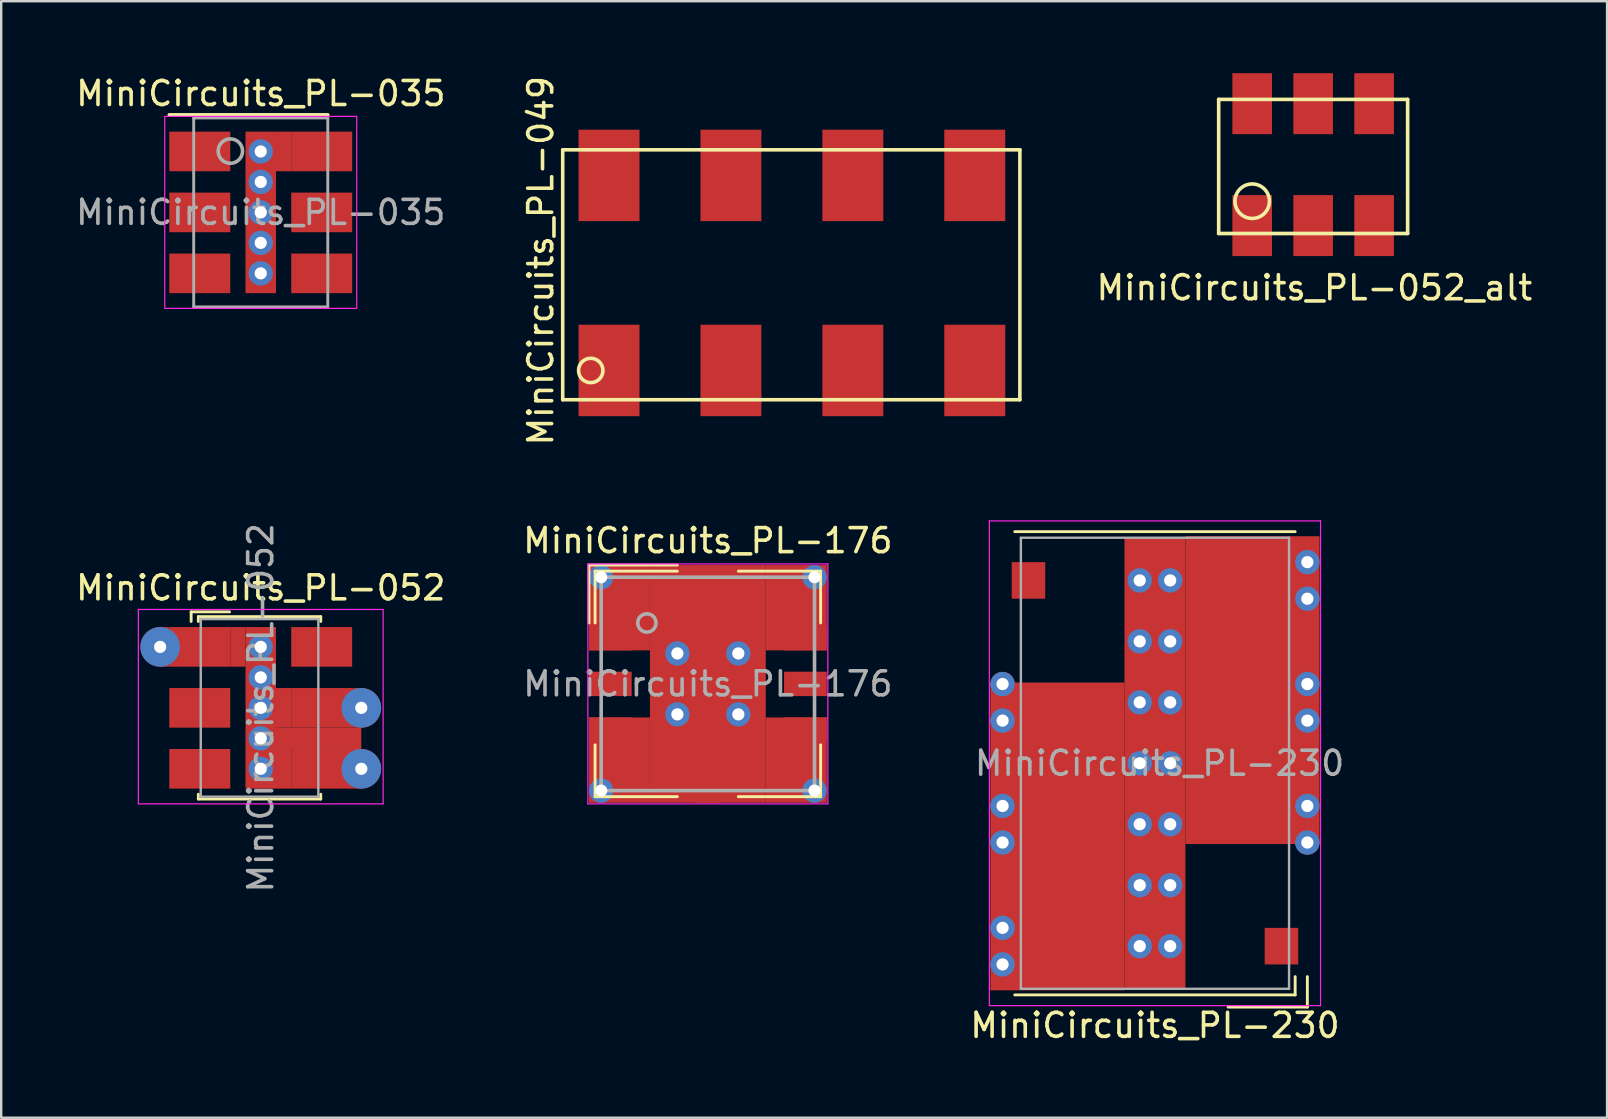
<source format=kicad_pcb>
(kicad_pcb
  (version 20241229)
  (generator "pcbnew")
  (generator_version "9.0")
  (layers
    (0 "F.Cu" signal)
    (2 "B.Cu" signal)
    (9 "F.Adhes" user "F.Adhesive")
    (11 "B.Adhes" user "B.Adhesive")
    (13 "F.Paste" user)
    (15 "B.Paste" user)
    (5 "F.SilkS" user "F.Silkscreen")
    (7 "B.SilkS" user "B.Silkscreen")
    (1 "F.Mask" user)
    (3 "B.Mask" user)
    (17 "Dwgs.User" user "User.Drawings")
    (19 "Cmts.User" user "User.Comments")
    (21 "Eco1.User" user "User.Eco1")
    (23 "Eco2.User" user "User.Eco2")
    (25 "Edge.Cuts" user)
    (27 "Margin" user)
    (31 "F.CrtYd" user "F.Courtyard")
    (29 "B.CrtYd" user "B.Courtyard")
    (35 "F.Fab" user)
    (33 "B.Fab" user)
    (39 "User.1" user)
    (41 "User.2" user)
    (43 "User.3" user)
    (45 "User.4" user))
  (footprint "MiniCircuits_PL-052_alt"
    (layer "F.Cu")
    (at 49.129 6.35)
    (property "Reference" "MiniCircuits_PL-052_alt" (at 2.591 2.591 0) (layer "F.SilkS") (effects (font (size 1 1) (thickness 0.15))))
    (attr through_hole)
    (fp_line (start -1.397 -5.258) (end -1.397 0.33) (stroke (width 0.15) (type solid)) (layer "F.SilkS"))
    (fp_line (start -1.397 -5.258) (end 6.477 -5.258) (stroke (width 0.15) (type solid)) (layer "F.SilkS"))
    (fp_line (start -1.397 0.33) (end 6.477 0.33) (stroke (width 0.15) (type solid)) (layer "F.SilkS"))
    (fp_line (start 6.477 -5.258) (end 6.477 0.33) (stroke (width 0.15) (type solid)) (layer "F.SilkS"))
    (fp_circle (center 0 -1.016) (end 0.508 -0.508) (stroke (width 0.15) (type solid)) (fill no) (layer "F.SilkS"))
    (pad "1" smd rect (at 0 0) (size 1.651 2.54) (layers "F.Cu" "F.Mask" "F.Paste"))
    (pad "2" smd rect (at 2.54 0) (size 1.651 2.54) (layers "F.Cu" "F.Mask" "F.Paste"))
    (pad "3" smd rect (at 5.08 0) (size 1.651 2.54) (layers "F.Cu" "F.Mask" "F.Paste"))
    (pad "4" smd rect (at 5.08 -5.08) (size 1.651 2.54) (layers "F.Cu" "F.Mask" "F.Paste"))
    (pad "5" smd rect (at 2.54 -5.08) (size 1.651 2.54) (layers "F.Cu" "F.Mask" "F.Paste"))
    (pad "6" smd rect (at 0 -5.08) (size 1.651 2.54) (layers "F.Cu" "F.Mask" "F.Paste")))
  (footprint "MiniCircuits_PL-035"
    (layer "F.Cu")
    (at 7.815 5.801)
    (property "Reference" "MiniCircuits_PL-035" (at 0.004 -4.953 0) (layer "F.SilkS") (effects (font (size 1 1) (thickness 0.15))))
    (attr smd)
    (fp_line (start 2.794 -4.064) (end -3.81 -4.064) (stroke (width 0.15) (type solid)) (layer "F.SilkS"))
    (fp_line (start -4 -4) (end -4 4) (stroke (width 0.05) (type solid)) (layer "F.CrtYd"))
    (fp_line (start -4 4) (end 4 4) (stroke (width 0.05) (type solid)) (layer "F.CrtYd"))
    (fp_line (start 4 -4) (end -4 -4) (stroke (width 0.05) (type solid)) (layer "F.CrtYd"))
    (fp_line (start 4 4) (end 4 -4) (stroke (width 0.05) (type solid)) (layer "F.CrtYd"))
    (fp_line (start -2.794 -3.937) (end -2.794 3.937) (stroke (width 0.12) (type solid)) (layer "F.Fab"))
    (fp_line (start -2.794 3.937) (end 2.794 3.937) (stroke (width 0.12) (type solid)) (layer "F.Fab"))
    (fp_line (start 2.794 -3.937) (end -2.794 -3.937) (stroke (width 0.12) (type solid)) (layer "F.Fab"))
    (fp_line (start 2.794 -3.937) (end 2.794 3.937) (stroke (width 0.12) (type solid)) (layer "F.Fab"))
    (fp_circle (center -1.266 -2.555) (end -0.758 -2.555) (stroke (width 0.15) (type solid)) (fill no) (layer "F.Fab"))
    (fp_text user "${REFERENCE}" (at 0 0 0) (layer "F.Fab") (effects (font (size 1 1) (thickness 0.15))))
    (pad "1" smd rect (at -2.54 -2.54 270) (size 1.651 2.54) (layers "F.Cu" "F.Mask" "F.Paste"))
    (pad "2" smd rect (at -2.54 0 270) (size 1.651 2.54) (layers "F.Cu" "F.Mask" "F.Paste"))
    (pad "3" smd rect (at -2.54 2.54 270) (size 1.651 2.54) (layers "F.Cu" "F.Mask" "F.Paste"))
    (pad "4" smd rect (at 2.54 2.54 270) (size 1.651 2.54) (layers "F.Cu" "F.Mask" "F.Paste"))
    (pad "5" smd rect (at 2.54 0 270) (size 1.651 2.54) (layers "F.Cu" "F.Mask" "F.Paste"))
    (pad "6" thru_hole circle (at 0 -2.54 270) (size 1.016 1.016) (drill 0.508) (layers "*.Cu"))
    (pad "6" thru_hole circle (at 0 -1.27 270) (size 1.016 1.016) (drill 0.508) (layers "*.Cu"))
    (pad "6" thru_hole circle (at 0 0 270) (size 1.016 1.016) (drill 0.508) (layers "*.Cu"))
    (pad "6" smd rect (at 0 0 270) (size 6.731 1.27) (layers "F.Cu"))
    (pad "6" thru_hole circle (at 0 1.27 270) (size 1.016 1.016) (drill 0.508) (layers "*.Cu"))
    (pad "6" thru_hole circle (at 0 2.54 270) (size 1.016 1.016) (drill 0.508) (layers "*.Cu"))
    (pad "6" smd rect (at 0.953 -2.54 270) (size 1.651 0.635) (layers "F.Cu"))
    (pad "6" smd rect (at 2.54 -2.54 270) (size 1.651 2.54) (layers "F.Cu" "F.Mask" "F.Paste")))
  (footprint "MiniCircuits_PL-176"
    (layer "F.Cu")
    (at 26.446 25.448)
    (property "Reference" "MiniCircuits_PL-176" (at 0 -5.969 0) (layer "F.SilkS") (effects (font (size 1 1) (thickness 0.15))))
    (attr through_hole)
    (fp_line (start -4.953 -4.953) (end -4.953 -2.54) (stroke (width 0.12) (type solid)) (layer "F.SilkS"))
    (fp_line (start -4.699 -4.699) (end -1.27 -4.699) (stroke (width 0.12) (type solid)) (layer "F.SilkS"))
    (fp_line (start -4.699 -2.54) (end -4.699 -4.699) (stroke (width 0.12) (type solid)) (layer "F.SilkS"))
    (fp_line (start -4.699 2.54) (end -4.699 4.699) (stroke (width 0.12) (type solid)) (layer "F.SilkS"))
    (fp_line (start -1.27 -4.953) (end -4.953 -4.953) (stroke (width 0.12) (type solid)) (layer "F.SilkS"))
    (fp_line (start -1.27 4.699) (end -4.699 4.699) (stroke (width 0.12) (type solid)) (layer "F.SilkS"))
    (fp_line (start 1.27 -4.699) (end 4.699 -4.699) (stroke (width 0.12) (type solid)) (layer "F.SilkS"))
    (fp_line (start 4.699 -2.54) (end 4.699 -4.699) (stroke (width 0.12) (type solid)) (layer "F.SilkS"))
    (fp_line (start 4.699 4.699) (end 1.27 4.699) (stroke (width 0.12) (type solid)) (layer "F.SilkS"))
    (fp_line (start 4.699 4.699) (end 4.699 2.54) (stroke (width 0.12) (type solid)) (layer "F.SilkS"))
    (fp_line (start -5 -5) (end 5 -5) (stroke (width 0.05) (type solid)) (layer "F.CrtYd"))
    (fp_line (start -5 5) (end -5 -5) (stroke (width 0.05) (type solid)) (layer "F.CrtYd"))
    (fp_line (start 5 -5) (end 5 5) (stroke (width 0.05) (type solid)) (layer "F.CrtYd"))
    (fp_line (start 5 5) (end -5 5) (stroke (width 0.05) (type solid)) (layer "F.CrtYd"))
    (fp_line (start -4.445 -4.445) (end 4.445 -4.445) (stroke (width 0.15) (type solid)) (layer "F.Fab"))
    (fp_line (start -4.445 4.445) (end -4.445 -4.445) (stroke (width 0.15) (type solid)) (layer "F.Fab"))
    (fp_line (start 4.445 -4.445) (end 4.445 4.445) (stroke (width 0.15) (type solid)) (layer "F.Fab"))
    (fp_line (start 4.445 4.445) (end -4.445 4.445) (stroke (width 0.15) (type solid)) (layer "F.Fab"))
    (fp_circle (center -2.54 -2.54) (end -2.159 -2.54) (stroke (width 0.15) (type solid)) (fill no) (layer "F.Fab"))
    (fp_text user "${REFERENCE}" (at 0 0 0) (layer "F.Fab") (effects (font (size 1 1) (thickness 0.15))))
    (pad "1" smd rect (at -4.953 -1.905 180) (size 1.778 1.016) (drill (offset -0.889 0)) (layers "F.Cu" "F.Mask" "F.Paste"))
    (pad "1" thru_hole circle (at -4.445 -4.445) (size 1.016 1.016) (drill 0.508) (layers "*.Cu"))
    (pad "1" thru_hole circle (at -4.445 4.445) (size 1.016 1.016) (drill 0.508) (layers "*.Cu"))
    (pad "1" smd rect (at -3.683 -3.175) (size 2.54 3.556) (layers "F.Cu"))
    (pad "1" smd rect (at -3.683 3.175) (size 2.54 3.556) (layers "F.Cu"))
    (pad "1" thru_hole circle (at -1.27 -1.27) (size 1.016 1.016) (drill 0.508) (layers "*.Cu"))
    (pad "1" thru_hole circle (at -1.27 1.27) (size 1.016 1.016) (drill 0.508) (layers "*.Cu"))
    (pad "1" smd rect (at 0 0) (size 4.826 9.906) (layers "F.Cu"))
    (pad "1" thru_hole circle (at 1.27 -1.27) (size 1.016 1.016) (drill 0.508) (layers "*.Cu"))
    (pad "1" thru_hole circle (at 1.27 1.27) (size 1.016 1.016) (drill 0.508) (layers "*.Cu"))
    (pad "1" smd rect (at 3.683 -3.175) (size 2.54 3.556) (layers "F.Cu"))
    (pad "1" smd rect (at 3.683 3.175) (size 2.54 3.556) (layers "F.Cu"))
    (pad "1" thru_hole circle (at 4.445 -4.445) (size 1.016 1.016) (drill 0.508) (layers "*.Cu"))
    (pad "1" thru_hole circle (at 4.445 4.445) (size 1.016 1.016) (drill 0.508) (layers "*.Cu"))
    (pad "2" smd rect (at -4.953 0 180) (size 1.778 1.016) (drill (offset -0.889 0)) (layers "F.Cu" "F.Mask" "F.Paste"))
    (pad "3" smd rect (at -4.953 1.905 180) (size 1.778 1.016) (drill (offset -0.889 0)) (layers "F.Cu" "F.Mask" "F.Paste"))
    (pad "4" smd rect (at 0 4.953 270) (size 1.778 1.016) (drill (offset -0.889 0)) (layers "F.Cu" "F.Mask" "F.Paste"))
    (pad "5" smd rect (at 4.953 1.905) (size 1.778 1.016) (drill (offset -0.889 0)) (layers "F.Cu" "F.Mask" "F.Paste"))
    (pad "6" smd rect (at 4.953 0) (size 1.778 1.016) (drill (offset -0.889 0)) (layers "F.Cu" "F.Mask" "F.Paste"))
    (pad "7" smd rect (at 4.953 -1.905) (size 1.778 1.016) (drill (offset -0.889 0)) (layers "F.Cu" "F.Mask" "F.Paste"))
    (pad "8" smd rect (at 0 -4.953 270) (size 1.778 1.016) (drill (offset 0.889 0)) (layers "F.Cu" "F.Mask" "F.Paste")))
  (footprint "MiniCircuits_PL-049"
    (layer "F.Cu")
    (at 22.328 12.387)
    (property "Reference" "MiniCircuits_PL-049" (at -2.845 -4.572 90) (layer "F.SilkS") (effects (font (size 1 1) (thickness 0.15))))
    (attr through_hole)
    (fp_line (start -1.93 -9.195) (end -1.93 1.219) (stroke (width 0.15) (type solid)) (layer "F.SilkS"))
    (fp_line (start -1.93 -9.195) (end 17.12 -9.195) (stroke (width 0.15) (type solid)) (layer "F.SilkS"))
    (fp_line (start -1.93 1.219) (end 17.12 1.219) (stroke (width 0.15) (type solid)) (layer "F.SilkS"))
    (fp_line (start 17.12 -9.195) (end 17.12 1.219) (stroke (width 0.15) (type solid)) (layer "F.SilkS"))
    (fp_circle (center -0.762 0) (end -0.762 0.508) (stroke (width 0.15) (type solid)) (fill no) (layer "F.SilkS"))
    (pad "1" smd rect (at 0 0) (size 2.54 3.81) (layers "F.Cu" "F.Mask" "F.Paste"))
    (pad "2" smd rect (at 0 -8.128) (size 2.54 3.81) (layers "F.Cu" "F.Mask" "F.Paste"))
    (pad "3" smd rect (at 5.08 0) (size 2.54 3.81) (layers "F.Cu" "F.Mask" "F.Paste"))
    (pad "4" smd rect (at 5.08 -8.128) (size 2.54 3.81) (layers "F.Cu" "F.Mask" "F.Paste"))
    (pad "5" smd rect (at 10.16 0) (size 2.54 3.81) (layers "F.Cu" "F.Mask" "F.Paste"))
    (pad "6" smd rect (at 10.16 -8.128) (size 2.54 3.81) (layers "F.Cu" "F.Mask" "F.Paste"))
    (pad "7" smd rect (at 15.24 0) (size 2.54 3.81) (layers "F.Cu" "F.Mask" "F.Paste"))
    (pad "8" smd rect (at 15.24 -8.128) (size 2.54 3.81) (layers "F.Cu" "F.Mask" "F.Paste")))
  (footprint "MiniCircuits_PL-230"
    (layer "F.Cu")
    (at 45.077 28.756)
    (property "Reference" "MiniCircuits_PL-230" (at 0 10.922 180) (layer "F.SilkS") (effects (font (size 1 1) (thickness 0.15))))
    (attr smd)
    (fp_line (start -5.842 -9.652) (end 5.842 -9.652) (stroke (width 0.12) (type solid)) (layer "F.SilkS"))
    (fp_line (start -5.842 9.652) (end 5.842 9.652) (stroke (width 0.12) (type solid)) (layer "F.SilkS"))
    (fp_line (start 5.842 9.652) (end 5.842 8.89) (stroke (width 0.12) (type solid)) (layer "F.SilkS"))
    (fp_line (start 6.35 8.89) (end 6.35 10.16) (stroke (width 0.12) (type solid)) (layer "F.SilkS"))
    (fp_line (start 6.35 10.16) (end 3.048 10.16) (stroke (width 0.12) (type solid)) (layer "F.SilkS"))
    (fp_line (start -6.9 -10.1) (end 6.9 -10.1) (stroke (width 0.05) (type solid)) (layer "F.CrtYd"))
    (fp_line (start -6.9 10.1) (end -6.9 -10.1) (stroke (width 0.05) (type solid)) (layer "F.CrtYd"))
    (fp_line (start 6.9 -10.1) (end 6.9 10.1) (stroke (width 0.05) (type solid)) (layer "F.CrtYd"))
    (fp_line (start 6.9 10.1) (end -6.9 10.1) (stroke (width 0.05) (type solid)) (layer "F.CrtYd"))
    (fp_line (start -5.588 -9.398) (end -5.588 9.398) (stroke (width 0.1) (type solid)) (layer "F.Fab"))
    (fp_line (start -5.588 -9.398) (end 5.588 -9.398) (stroke (width 0.1) (type solid)) (layer "F.Fab"))
    (fp_line (start -5.588 9.398) (end 5.588 9.398) (stroke (width 0.1) (type solid)) (layer "F.Fab"))
    (fp_line (start 5.588 9.398) (end 5.588 -9.398) (stroke (width 0.1) (type solid)) (layer "F.Fab"))
    (fp_text user "${REFERENCE}" (at 0.191 0 0) (layer "F.Fab") (effects (font (size 1 1) (thickness 0.15))))
    (pad "1" smd rect (at 5.271 7.62 90) (size 1.524 1.397) (layers "F.Cu" "F.Mask" "F.Paste"))
    (pad "2" thru_hole circle (at -6.35 6.858 90) (size 1.016 1.016) (drill 0.508) (layers "*.Cu"))
    (pad "2" thru_hole circle (at -6.35 8.382 90) (size 1.016 1.016) (drill 0.508) (layers "*.Cu"))
    (pad "2" smd rect (at -5.271 7.62 90) (size 1.524 1.397) (layers "F.Cu" "F.Mask" "F.Paste"))
    (pad "3" smd rect (at 5.271 2.54 90) (size 1.524 1.397) (layers "F.Cu" "F.Mask" "F.Paste"))
    (pad "3" thru_hole circle (at 6.35 1.778 90) (size 1.016 1.016) (drill 0.508) (layers "*.Cu"))
    (pad "3" thru_hole circle (at 6.35 3.302 90) (size 1.016 1.016) (drill 0.508) (layers "*.Cu"))
    (pad "4" thru_hole circle (at -6.35 1.778 90) (size 1.016 1.016) (drill 0.508) (layers "*.Cu"))
    (pad "4" thru_hole circle (at -6.35 3.302 90) (size 1.016 1.016) (drill 0.508) (layers "*.Cu"))
    (pad "4" smd rect (at -5.271 2.54 90) (size 1.524 1.397) (layers "F.Cu" "F.Mask" "F.Paste"))
    (pad "5" smd rect (at 5.271 -2.54 90) (size 1.524 1.397) (layers "F.Cu" "F.Mask" "F.Paste"))
    (pad "5" thru_hole circle (at 6.35 -3.302 90) (size 1.016 1.016) (drill 0.508) (layers "*.Cu"))
    (pad "5" thru_hole circle (at 6.35 -1.778 90) (size 1.016 1.016) (drill 0.508) (layers "*.Cu"))
    (pad "6" thru_hole circle (at -6.35 -3.302 90) (size 1.016 1.016) (drill 0.508) (layers "*.Cu"))
    (pad "6" thru_hole circle (at -6.35 -1.778 90) (size 1.016 1.016) (drill 0.508) (layers "*.Cu"))
    (pad "6" smd rect (at -5.271 -2.54 90) (size 1.524 1.397) (layers "F.Cu" "F.Mask" "F.Paste"))
    (pad "7" smd rect (at -4.064 3.048 90) (size 12.827 5.588) (layers "F.Cu"))
    (pad "7" thru_hole circle (at -0.635 -7.62 90) (size 1.016 1.016) (drill 0.508) (layers "*.Cu"))
    (pad "7" thru_hole circle (at -0.635 -5.08 90) (size 1.016 1.016) (drill 0.508) (layers "*.Cu"))
    (pad "7" thru_hole circle (at -0.635 -2.54 90) (size 1.016 1.016) (drill 0.508) (layers "*.Cu"))
    (pad "7" thru_hole circle (at -0.635 0 90) (size 1.016 1.016) (drill 0.508) (layers "*.Cu"))
    (pad "7" thru_hole circle (at -0.635 2.54 90) (size 1.016 1.016) (drill 0.508) (layers "*.Cu"))
    (pad "7" thru_hole circle (at -0.635 5.08 90) (size 1.016 1.016) (drill 0.508) (layers "*.Cu"))
    (pad "7" thru_hole circle (at -0.635 7.62 90) (size 1.016 1.016) (drill 0.508) (layers "*.Cu"))
    (pad "7" smd rect (at 0 0 90) (size 18.796 2.54) (layers "F.Cu"))
    (pad "7" thru_hole circle (at 0.635 -7.62 90) (size 1.016 1.016) (drill 0.508) (layers "*.Cu"))
    (pad "7" thru_hole circle (at 0.635 -5.08 90) (size 1.016 1.016) (drill 0.508) (layers "*.Cu"))
    (pad "7" thru_hole circle (at 0.635 -2.54 90) (size 1.016 1.016) (drill 0.508) (layers "*.Cu"))
    (pad "7" thru_hole circle (at 0.635 0 90) (size 1.016 1.016) (drill 0.508) (layers "*.Cu"))
    (pad "7" thru_hole circle (at 0.635 2.54 90) (size 1.016 1.016) (drill 0.508) (layers "*.Cu"))
    (pad "7" thru_hole circle (at 0.635 5.08 90) (size 1.016 1.016) (drill 0.508) (layers "*.Cu"))
    (pad "7" thru_hole circle (at 0.635 7.62 90) (size 1.016 1.016) (drill 0.508) (layers "*.Cu"))
    (pad "7" smd rect (at 4.064 -3.048 90) (size 12.827 5.588) (layers "F.Cu"))
    (pad "7" smd rect (at 5.271 -7.62 90) (size 1.524 1.397) (layers "F.Cu" "F.Mask" "F.Paste"))
    (pad "7" thru_hole circle (at 6.35 -8.382 90) (size 1.016 1.016) (drill 0.508) (layers "*.Cu"))
    (pad "7" thru_hole circle (at 6.35 -6.858 90) (size 1.016 1.016) (drill 0.508) (layers "*.Cu"))
    (pad "8" smd rect (at -5.271 -7.62 90) (size 1.524 1.397) (layers "F.Cu" "F.Mask" "F.Paste")))
  (footprint "MiniCircuits_PL-052"
    (layer "F.Cu")
    (at 7.815 26.446)
    (property "Reference" "MiniCircuits_PL-052" (at 0 -5 0) (layer "F.SilkS") (effects (font (size 1 1) (thickness 0.15))))
    (attr smd)
    (fp_line (start -2.9 -4) (end -1.3 -4) (stroke (width 0.12) (type solid)) (layer "F.SilkS"))
    (fp_line (start -2.9 -3.6) (end -2.9 -4) (stroke (width 0.12) (type solid)) (layer "F.SilkS"))
    (fp_line (start -2.6 -3.8) (end -2.6 -3.6) (stroke (width 0.12) (type solid)) (layer "F.SilkS"))
    (fp_line (start -2.6 -3.8) (end 2.5 -3.8) (stroke (width 0.12) (type solid)) (layer "F.SilkS"))
    (fp_line (start -2.6 3.8) (end -2.6 3.6) (stroke (width 0.12) (type solid)) (layer "F.SilkS"))
    (fp_line (start 2.5 -3.8) (end 2.5 -3.6) (stroke (width 0.12) (type solid)) (layer "F.SilkS"))
    (fp_line (start 2.5 3.8) (end -2.6 3.8) (stroke (width 0.12) (type solid)) (layer "F.SilkS"))
    (fp_line (start 2.5 3.8) (end 2.5 3.6) (stroke (width 0.12) (type solid)) (layer "F.SilkS"))
    (fp_line (start -5.1 -4.1) (end 5.1 -4.1) (stroke (width 0.05) (type solid)) (layer "F.CrtYd"))
    (fp_line (start -5.1 4) (end -5.1 -4.1) (stroke (width 0.05) (type solid)) (layer "F.CrtYd"))
    (fp_line (start 5.1 -4.1) (end 5.1 4) (stroke (width 0.05) (type solid)) (layer "F.CrtYd"))
    (fp_line (start 5.1 4) (end -5.1 4) (stroke (width 0.05) (type solid)) (layer "F.CrtYd"))
    (fp_line (start -2.5 -3.7) (end -2.5 3.7) (stroke (width 0.1) (type solid)) (layer "F.Fab"))
    (fp_line (start -2.5 3.7) (end 2.4 3.7) (stroke (width 0.1) (type solid)) (layer "F.Fab"))
    (fp_line (start 2.4 -3.7) (end -2.5 -3.7) (stroke (width 0.1) (type solid)) (layer "F.Fab"))
    (fp_line (start 2.4 3.7) (end 2.4 -3.7) (stroke (width 0.1) (type solid)) (layer "F.Fab"))
    (fp_text user "${REFERENCE}" (at 0 0 90) (layer "F.Fab") (effects (font (size 1 1) (thickness 0.15))))
    (pad "1" smd rect (at -4.191 -2.54) (size 0.381 1.651) (drill (offset 0.191 0)) (layers "F.Cu"))
    (pad "1" thru_hole circle (at -4.191 -2.54) (size 1.651 1.651) (drill 0.508) (layers "*.Cu"))
    (pad "1" smd rect (at -2.54 -2.54) (size 2.54 1.651) (layers "F.Cu" "F.Mask" "F.Paste"))
    (pad "1" smd rect (at -0.953 -2.54) (size 0.635 1.651) (layers "F.Cu"))
    (pad "1" thru_hole circle (at 0 -2.54) (size 1.016 1.016) (drill 0.508) (layers "*.Cu"))
    (pad "1" thru_hole circle (at 0 -1.27) (size 1.016 1.016) (drill 0.508) (layers "*.Cu"))
    (pad "1" thru_hole circle (at 0 0) (size 1.016 1.016) (drill 0.508) (layers "*.Cu"))
    (pad "1" smd rect (at 0 0) (size 1.27 6.731) (layers "F.Cu"))
    (pad "1" thru_hole circle (at 0 1.27) (size 1.016 1.016) (drill 0.508) (layers "*.Cu"))
    (pad "1" thru_hole circle (at 0 2.54) (size 1.016 1.016) (drill 0.508) (layers "*.Cu"))
    (pad "1" smd rect (at 2.413 1.27) (size 3.556 0.889) (layers "F.Cu"))
    (pad "2" smd rect (at -2.54 0) (size 2.54 1.651) (layers "F.Cu" "F.Mask" "F.Paste"))
    (pad "3" smd rect (at -2.54 2.54) (size 2.54 1.651) (layers "F.Cu" "F.Mask" "F.Paste"))
    (pad "4" smd rect (at 0.953 2.54) (size 0.635 1.651) (layers "F.Cu"))
    (pad "4" smd rect (at 2.54 2.54) (size 2.54 1.651) (layers "F.Cu" "F.Mask" "F.Paste"))
    (pad "4" smd rect (at 3.81 2.54) (size 0.381 1.651) (drill (offset 0.191 0)) (layers "F.Cu"))
    (pad "4" thru_hole circle (at 4.191 2.54) (size 1.651 1.651) (drill 0.508) (layers "*.Cu"))
    (pad "5" smd rect (at 0.953 0) (size 0.635 1.651) (layers "F.Cu"))
    (pad "5" smd rect (at 2.54 0) (size 2.54 1.651) (layers "F.Cu" "F.Mask" "F.Paste"))
    (pad "5" smd rect (at 3.81 0) (size 0.381 1.651) (drill (offset 0.191 0)) (layers "F.Cu"))
    (pad "5" thru_hole circle (at 4.191 0) (size 1.651 1.651) (drill 0.508) (layers "*.Cu"))
    (pad "6" smd rect (at 2.54 -2.54) (size 2.54 1.651) (layers "F.Cu" "F.Mask" "F.Paste")))
  (gr_rect
    (start -3 -3)
    (end 63.916 43.526)
    (stroke (width 0.1) (type default))
    (fill no)
    (layer "Edge.Cuts")))
</source>
